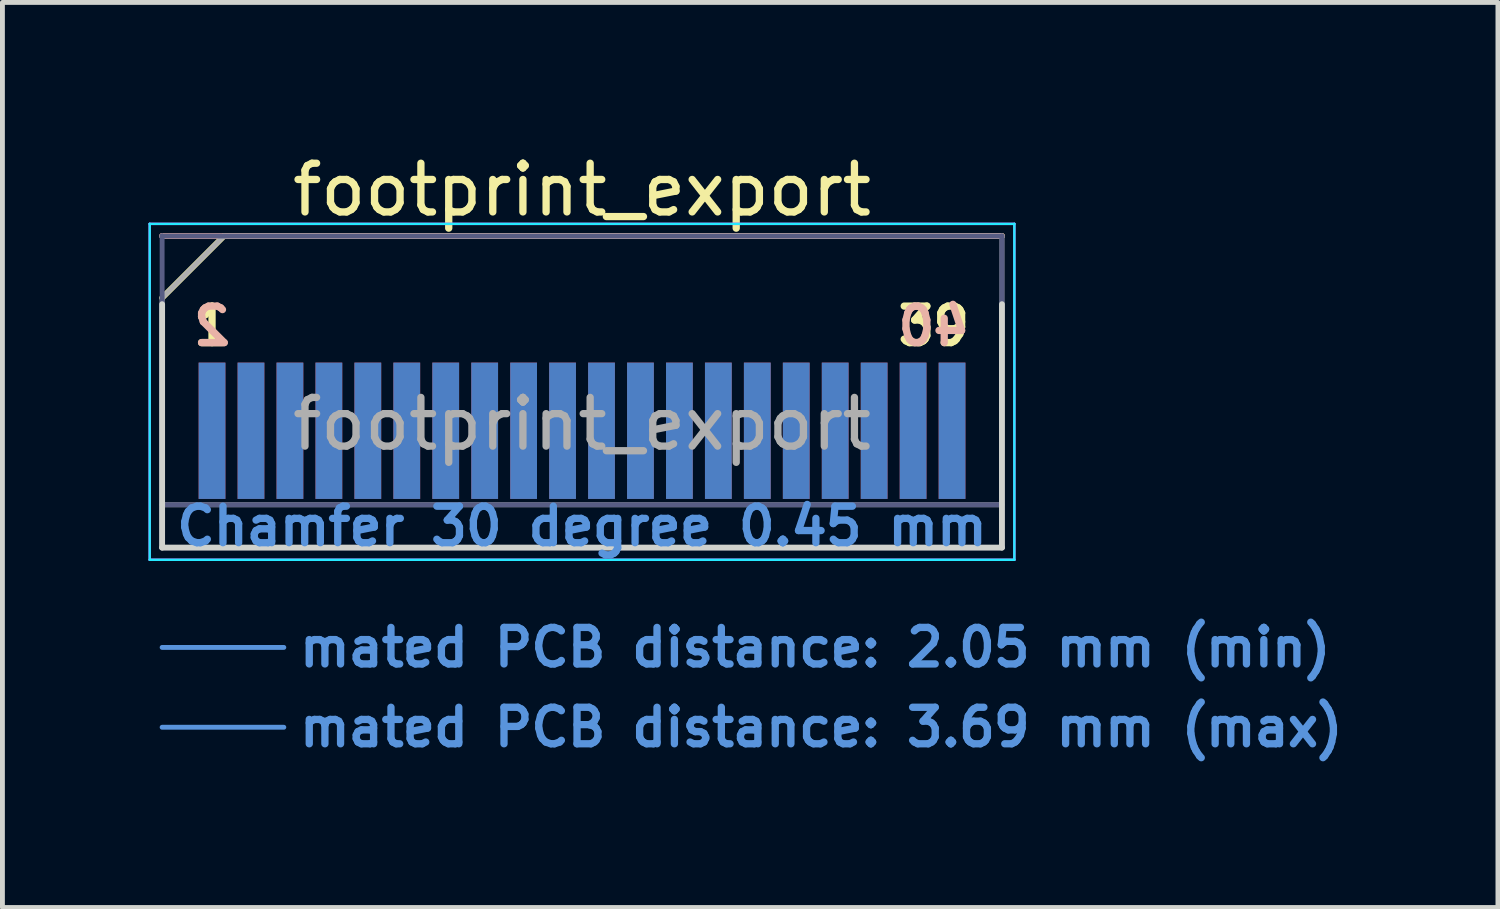
<source format=kicad_pcb>
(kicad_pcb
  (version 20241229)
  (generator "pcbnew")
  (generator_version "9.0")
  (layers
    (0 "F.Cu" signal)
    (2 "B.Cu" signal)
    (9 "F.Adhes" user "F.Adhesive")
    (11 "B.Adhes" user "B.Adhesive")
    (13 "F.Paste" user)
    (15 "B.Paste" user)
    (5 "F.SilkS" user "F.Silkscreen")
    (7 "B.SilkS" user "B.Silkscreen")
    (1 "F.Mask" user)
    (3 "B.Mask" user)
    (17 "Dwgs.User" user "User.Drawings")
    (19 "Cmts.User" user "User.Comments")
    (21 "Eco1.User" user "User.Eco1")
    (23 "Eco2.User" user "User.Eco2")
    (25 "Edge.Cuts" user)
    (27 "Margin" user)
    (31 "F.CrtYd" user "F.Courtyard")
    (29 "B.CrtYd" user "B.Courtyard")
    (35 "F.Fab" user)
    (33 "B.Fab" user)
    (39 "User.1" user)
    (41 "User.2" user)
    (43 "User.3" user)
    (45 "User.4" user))
  (footprint "footprint_export"
    (layer "F.Cu")
    (at 8.905 8.198)
    (property "Reference" "footprint_export" (at 0 -7.35 0) (layer "F.SilkS") (effects (font (size 1 1) (thickness 0.15))))
    (attr exclude_from_pos_files exclude_from_bom)
    (fp_line (start -8.625 -5.13) (end -7.355 -6.4) (stroke (width 0.12) (type solid)) (layer "F.SilkS"))
    (fp_line (start -7.355 -6.4) (end 8.625 -6.4) (stroke (width 0.12) (type solid)) (layer "F.SilkS"))
    (fp_line (start -8.625 -6.4) (end -8.625 -6.4) (stroke (width 0.12) (type solid)) (layer "B.SilkS"))
    (fp_line (start -8.625 -6.4) (end 8.625 -6.4) (stroke (width 0.12) (type solid)) (layer "B.SilkS"))
    (fp_line (start -8.625 2.05) (end -6.125 2.05) (stroke (width 0.1) (type solid)) (layer "Cmts.User"))
    (fp_line (start -8.625 3.69) (end -6.125 3.69) (stroke (width 0.1) (type solid)) (layer "Cmts.User"))
    (fp_line (start -8.625 -5) (end -8.625 0) (stroke (width 0.12) (type solid)) (layer "Edge.Cuts"))
    (fp_line (start -8.625 0) (end 8.625 0) (stroke (width 0.12) (type solid)) (layer "Edge.Cuts"))
    (fp_line (start 8.625 0) (end 8.625 -5) (stroke (width 0.12) (type solid)) (layer "Edge.Cuts"))
    (fp_line (start -8.88 -6.65) (end -8.88 0.25) (stroke (width 0.05) (type solid)) (layer "B.CrtYd"))
    (fp_line (start -8.88 0.25) (end 8.88 0.25) (stroke (width 0.05) (type solid)) (layer "B.CrtYd"))
    (fp_line (start 8.88 -6.65) (end -8.88 -6.65) (stroke (width 0.05) (type solid)) (layer "B.CrtYd"))
    (fp_line (start 8.88 0.25) (end 8.88 -6.65) (stroke (width 0.05) (type solid)) (layer "B.CrtYd"))
    (fp_line (start -8.88 -6.65) (end -8.88 0.25) (stroke (width 0.05) (type solid)) (layer "F.CrtYd"))
    (fp_line (start -8.88 0.25) (end 8.88 0.25) (stroke (width 0.05) (type solid)) (layer "F.CrtYd"))
    (fp_line (start 8.88 -6.65) (end -8.88 -6.65) (stroke (width 0.05) (type solid)) (layer "F.CrtYd"))
    (fp_line (start 8.88 0.25) (end 8.88 -6.65) (stroke (width 0.05) (type solid)) (layer "F.CrtYd"))
    (fp_line (start -8.625 -6.4) (end -8.625 -6.4) (stroke (width 0.1) (type solid)) (layer "B.Fab"))
    (fp_line (start -8.625 -6.4) (end -8.625 0) (stroke (width 0.1) (type solid)) (layer "B.Fab"))
    (fp_line (start -8.625 -6.4) (end 8.625 -6.4) (stroke (width 0.1) (type solid)) (layer "B.Fab"))
    (fp_line (start -8.625 -0.88) (end 8.625 -0.88) (stroke (width 0.1) (type solid)) (layer "B.Fab"))
    (fp_line (start -8.625 0) (end 8.625 0) (stroke (width 0.1) (type solid)) (layer "B.Fab"))
    (fp_line (start 8.625 -6.4) (end 8.625 0) (stroke (width 0.1) (type solid)) (layer "B.Fab"))
    (fp_line (start -8.625 -5.13) (end -8.625 0) (stroke (width 0.1) (type solid)) (layer "F.Fab"))
    (fp_line (start -8.625 -5.13) (end -7.355 -6.4) (stroke (width 0.1) (type solid)) (layer "F.Fab"))
    (fp_line (start -8.625 -0.88) (end 8.625 -0.88) (stroke (width 0.1) (type solid)) (layer "F.Fab"))
    (fp_line (start -8.625 0) (end 8.625 0) (stroke (width 0.1) (type solid)) (layer "F.Fab"))
    (fp_line (start -7.355 -6.4) (end 8.625 -6.4) (stroke (width 0.1) (type solid)) (layer "F.Fab"))
    (fp_line (start 8.625 -6.4) (end 8.625 0) (stroke (width 0.1) (type solid)) (layer "F.Fab"))
    (fp_text user "1" (at -7.6 -4.55 0) (layer "F.SilkS") (effects (font (size 0.75 0.75) (thickness 0.15))))
    (fp_text user "39" (at 7.225 -4.55 0) (layer "F.SilkS") (effects (font (size 0.75 0.75) (thickness 0.15))))
    (fp_text user "40" (at 7.225 -4.55 0) (layer "B.SilkS") (effects (font (size 0.75 0.75) (thickness 0.15)) (justify mirror)))
    (fp_text user "2" (at -7.6 -4.55 0) (layer "B.SilkS") (effects (font (size 0.75 0.75) (thickness 0.15)) (justify mirror)))
    (fp_text user "Chamfer 30 degree 0.45 mm" (at 0 -0.44 0) (layer "Cmts.User") (effects (font (size 0.75 0.75) (thickness 0.15))))
    (fp_text user "mated PCB distance: 3.69 mm (max)" (at -5.88 3.69 0) (layer "Cmts.User") (effects (font (size 0.75 0.75) (thickness 0.15)) (justify left)))
    (fp_text user "mated PCB distance: 2.05 mm (min)" (at -5.88 2.05 0) (layer "Cmts.User") (effects (font (size 0.75 0.75) (thickness 0.15)) (justify left)))
    (fp_text user "${REFERENCE}" (at 0 -2.54 0) (layer "F.Fab") (effects (font (size 1 1) (thickness 0.15))))
    (pad "1" connect rect (at -7.6 -2.4) (size 0.55 2.8) (layers "F.Cu" "F.Mask"))
    (pad "2" connect rect (at -7.6 -2.4) (size 0.55 2.8) (layers "B.Cu" "B.Mask"))
    (pad "3" connect rect (at -6.8 -2.4) (size 0.55 2.8) (layers "F.Cu" "F.Mask"))
    (pad "4" connect rect (at -6.8 -2.4) (size 0.55 2.8) (layers "B.Cu" "B.Mask"))
    (pad "5" connect rect (at -6 -2.4) (size 0.55 2.8) (layers "F.Cu" "F.Mask"))
    (pad "6" connect rect (at -6 -2.4) (size 0.55 2.8) (layers "B.Cu" "B.Mask"))
    (pad "7" connect rect (at -5.2 -2.4) (size 0.55 2.8) (layers "F.Cu" "F.Mask"))
    (pad "8" connect rect (at -5.2 -2.4) (size 0.55 2.8) (layers "B.Cu" "B.Mask"))
    (pad "9" connect rect (at -4.4 -2.4) (size 0.55 2.8) (layers "F.Cu" "F.Mask"))
    (pad "10" connect rect (at -4.4 -2.4) (size 0.55 2.8) (layers "B.Cu" "B.Mask"))
    (pad "11" connect rect (at -3.6 -2.4) (size 0.55 2.8) (layers "F.Cu" "F.Mask"))
    (pad "12" connect rect (at -3.6 -2.4) (size 0.55 2.8) (layers "B.Cu" "B.Mask"))
    (pad "13" connect rect (at -2.8 -2.4) (size 0.55 2.8) (layers "F.Cu" "F.Mask"))
    (pad "14" connect rect (at -2.8 -2.4) (size 0.55 2.8) (layers "B.Cu" "B.Mask"))
    (pad "15" connect rect (at -2 -2.4) (size 0.55 2.8) (layers "F.Cu" "F.Mask"))
    (pad "16" connect rect (at -2 -2.4) (size 0.55 2.8) (layers "B.Cu" "B.Mask"))
    (pad "17" connect rect (at -1.2 -2.4) (size 0.55 2.8) (layers "F.Cu" "F.Mask"))
    (pad "18" connect rect (at -1.2 -2.4) (size 0.55 2.8) (layers "B.Cu" "B.Mask"))
    (pad "19" connect rect (at -0.4 -2.4) (size 0.55 2.8) (layers "F.Cu" "F.Mask"))
    (pad "20" connect rect (at -0.4 -2.4) (size 0.55 2.8) (layers "B.Cu" "B.Mask"))
    (pad "21" connect rect (at 0.4 -2.4) (size 0.55 2.8) (layers "F.Cu" "F.Mask"))
    (pad "22" connect rect (at 0.4 -2.4) (size 0.55 2.8) (layers "B.Cu" "B.Mask"))
    (pad "23" connect rect (at 1.2 -2.4) (size 0.55 2.8) (layers "F.Cu" "F.Mask"))
    (pad "24" connect rect (at 1.2 -2.4) (size 0.55 2.8) (layers "B.Cu" "B.Mask"))
    (pad "25" connect rect (at 2 -2.4) (size 0.55 2.8) (layers "F.Cu" "F.Mask"))
    (pad "26" connect rect (at 2 -2.4) (size 0.55 2.8) (layers "B.Cu" "B.Mask"))
    (pad "27" connect rect (at 2.8 -2.4) (size 0.55 2.8) (layers "F.Cu" "F.Mask"))
    (pad "28" connect rect (at 2.8 -2.4) (size 0.55 2.8) (layers "B.Cu" "B.Mask"))
    (pad "29" connect rect (at 3.6 -2.4) (size 0.55 2.8) (layers "F.Cu" "F.Mask"))
    (pad "30" connect rect (at 3.6 -2.4) (size 0.55 2.8) (layers "B.Cu" "B.Mask"))
    (pad "31" connect rect (at 4.4 -2.4) (size 0.55 2.8) (layers "F.Cu" "F.Mask"))
    (pad "32" connect rect (at 4.4 -2.4) (size 0.55 2.8) (layers "B.Cu" "B.Mask"))
    (pad "33" connect rect (at 5.2 -2.4) (size 0.55 2.8) (layers "F.Cu" "F.Mask"))
    (pad "34" connect rect (at 5.2 -2.4) (size 0.55 2.8) (layers "B.Cu" "B.Mask"))
    (pad "35" connect rect (at 6 -2.4) (size 0.55 2.8) (layers "F.Cu" "F.Mask"))
    (pad "36" connect rect (at 6 -2.4) (size 0.55 2.8) (layers "B.Cu" "B.Mask"))
    (pad "37" connect rect (at 6.8 -2.4) (size 0.55 2.8) (layers "F.Cu" "F.Mask"))
    (pad "38" connect rect (at 6.8 -2.4) (size 0.55 2.8) (layers "B.Cu" "B.Mask"))
    (pad "39" connect rect (at 7.6 -2.4) (size 0.55 2.8) (layers "F.Cu" "F.Mask"))
    (pad "40" connect rect (at 7.6 -2.4) (size 0.55 2.8) (layers "B.Cu" "B.Mask")))
  (gr_rect
    (start -3 -3)
    (end 27.718 15.59)
    (stroke (width 0.1) (type default))
    (fill no)
    (layer "Edge.Cuts")))
</source>
